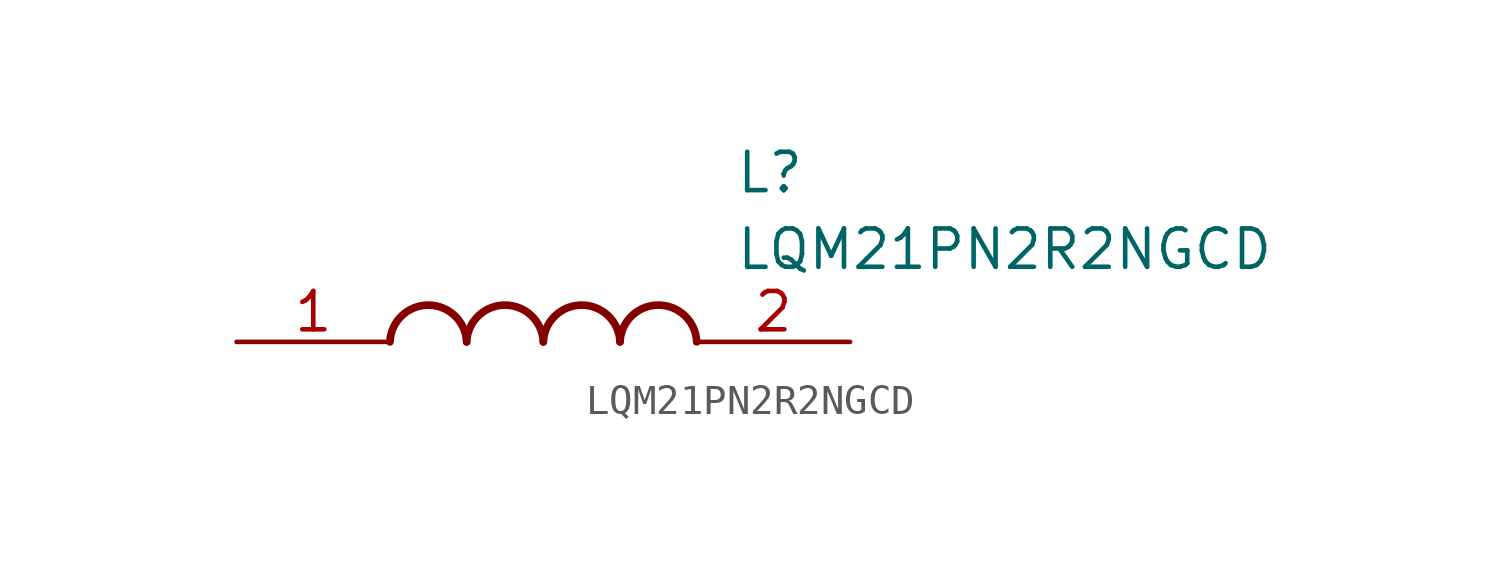
<source format=kicad_sym>
(kicad_symbol_lib
  (version 20211014)
  (generator SamacSys_ECAD_Model)
  (symbol "LQM21PN2R2NGCD"
    (pin_names hide)
    (property "Reference" "L"
      (at 16.51 6.35 0)
      (effects (font (size 1.27 1.27)) (justify left top)))
    (property "Value" "LQM21PN2R2NGCD"
      (at 16.51 3.81 0)
      (effects (font (size 1.27 1.27)) (justify left top)))
    (arc
      (start 7.62 0)
      (mid 6.35 1.219)
      (end 5.08 0)
      (stroke (width 0.254) (type default))
      (fill (type none)))
    (arc
      (start 10.16 0)
      (mid 8.89 1.219)
      (end 7.62 0)
      (stroke (width 0.254) (type default))
      (fill (type none)))
    (arc
      (start 12.7 0)
      (mid 11.43 1.219)
      (end 10.16 0)
      (stroke (width 0.254) (type default))
      (fill (type none)))
    (arc
      (start 15.24 0)
      (mid 13.97 1.219)
      (end 12.7 0)
      (stroke (width 0.254) (type default))
      (fill (type none)))
    (pin passive line
      (at 0 0 0)
      (length 5.08)
      (name "1" (effects (font (size 1.27 1.27))))
      (number "1" (effects (font (size 1.27 1.27)))))
    (pin passive line
      (at 20.32 0 180)
      (length 5.08)
      (name "2" (effects (font (size 1.27 1.27))))
      (number "2" (effects (font (size 1.27 1.27)))))))
</source>
